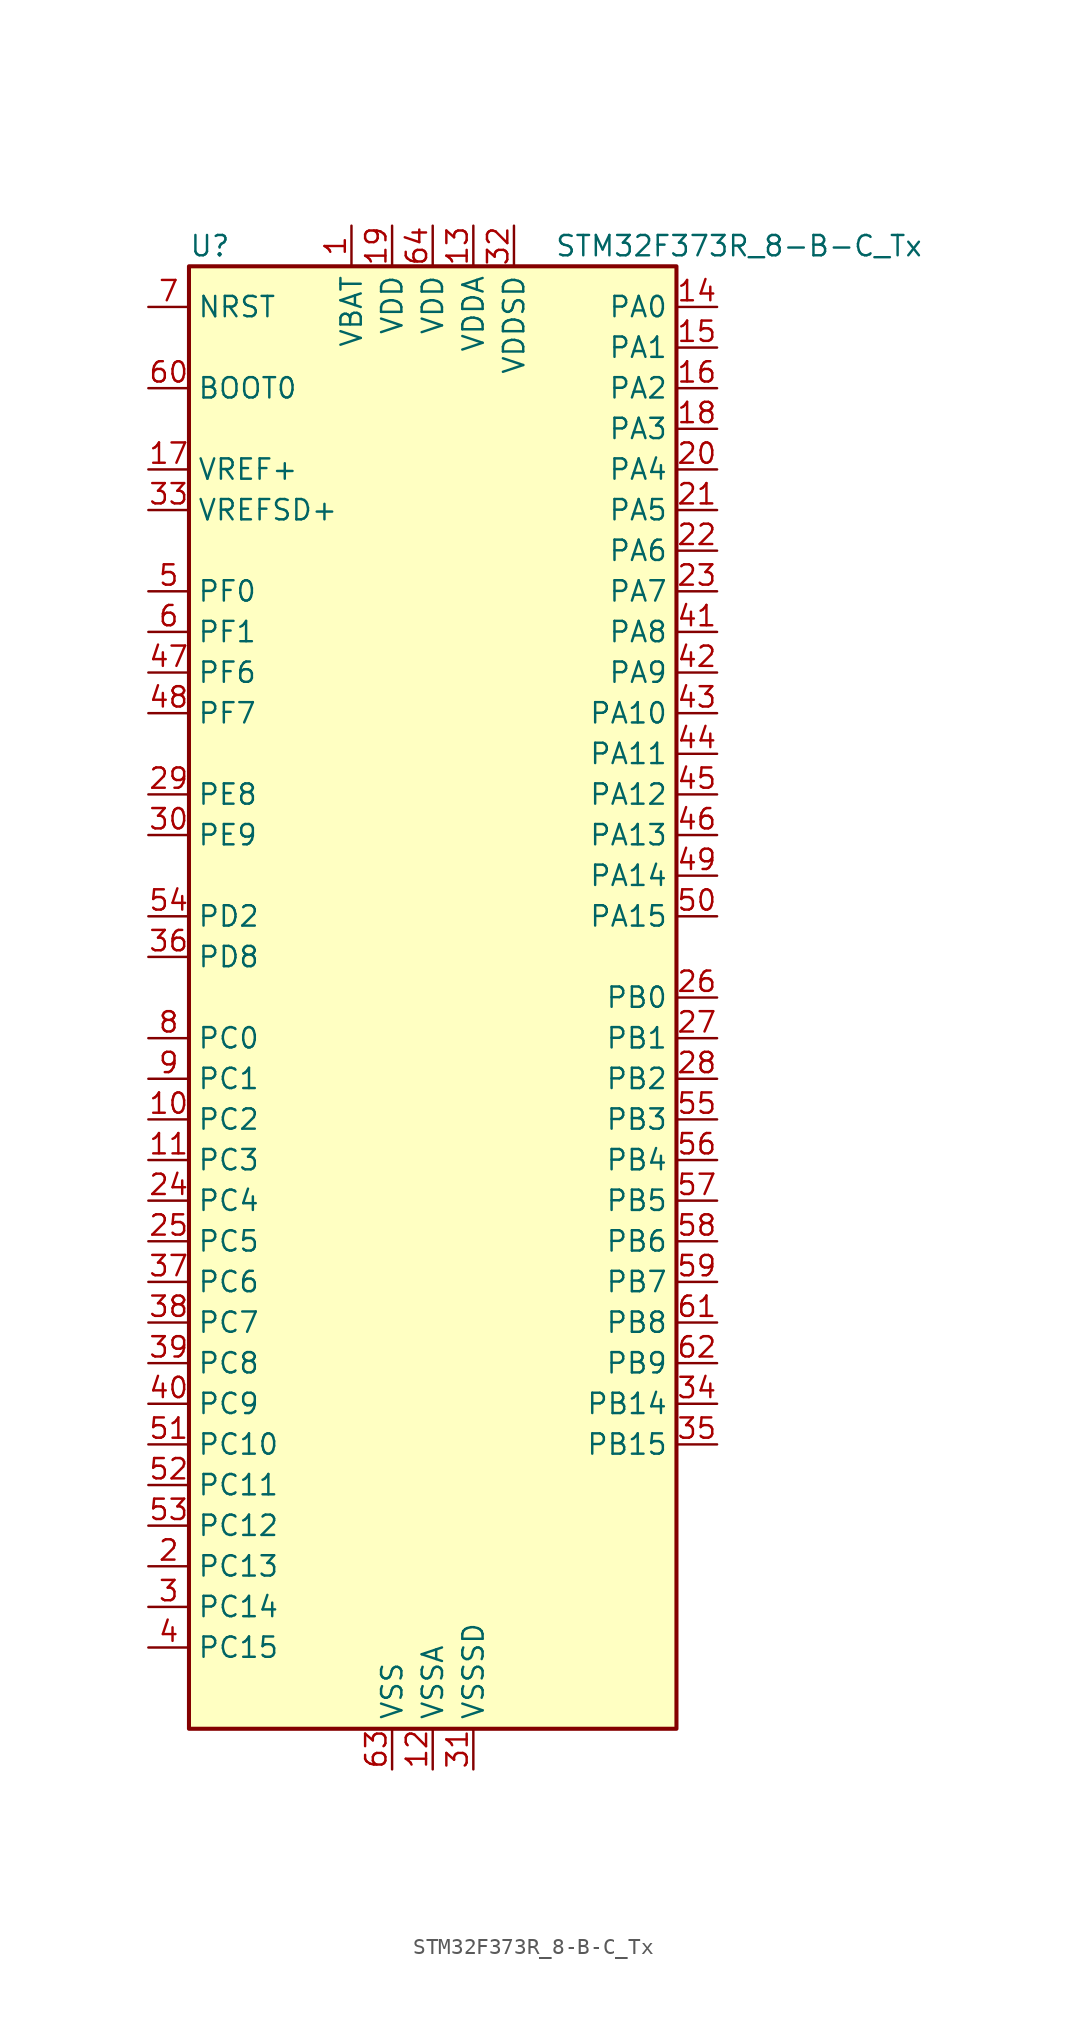
<source format=kicad_sym>
(kicad_symbol_lib
  (version 20231120)
  (generator "kicad_symbol_editor")
  (generator_version "8.0")
  (symbol "STM32F373R_8-B-C_Tx"
    (property "Reference" "U"
      (at -15.24 46.99 0)
      (effects (font (size 1.27 1.27)) (justify left)))
    (property "Value" "STM32F373R_8-B-C_Tx"
      (at 7.62 46.99 0)
      (effects (font (size 1.27 1.27)) (justify left)))
    (property "ki_locked" ""
      (at 0 0 0)
      (effects (font (size 1.27 1.27))))
    (symbol "STM32F373R_8-B-C_Tx_0_1"
      (rectangle (start -15.24 -45.72) (end 15.24 45.72) (stroke (width 0.254) (type default)) (fill (type background))))
    (symbol "STM32F373R_8-B-C_Tx_1_1"
      (pin power_in line (at -5.08 48.26 270) (length 2.54) (name "VBAT" (effects (font (size 1.27 1.27)))) (number "1" (effects (font (size 1.27 1.27)))))
      (pin bidirectional line (at -17.78 -7.62 0) (length 2.54) (name "PC2" (effects (font (size 1.27 1.27)))) (number "10" (effects (font (size 1.27 1.27)))) (alternate "ADC1_IN12" bidirectional line) (alternate "I2S2_MCK" bidirectional line) (alternate "SPI2_MISO" bidirectional line) (alternate "TIM5_CH3" bidirectional line))
      (pin bidirectional line (at -17.78 -10.16 0) (length 2.54) (name "PC3" (effects (font (size 1.27 1.27)))) (number "11" (effects (font (size 1.27 1.27)))) (alternate "ADC1_IN13" bidirectional line) (alternate "I2S2_SD" bidirectional line) (alternate "SPI2_MOSI" bidirectional line) (alternate "TIM5_CH4" bidirectional line))
      (pin power_in line (at 0 -48.26 90) (length 2.54) (name "VSSA" (effects (font (size 1.27 1.27)))) (number "12" (effects (font (size 1.27 1.27)))))
      (pin power_in line (at 2.54 48.26 270) (length 2.54) (name "VDDA" (effects (font (size 1.27 1.27)))) (number "13" (effects (font (size 1.27 1.27)))))
      (pin bidirectional line (at 17.78 43.18 180) (length 2.54) (name "PA0" (effects (font (size 1.27 1.27)))) (number "14" (effects (font (size 1.27 1.27)))) (alternate "ADC1_IN0" bidirectional line) (alternate "COMP1_INM" bidirectional line) (alternate "COMP1_OUT" bidirectional line) (alternate "RTC_TAMP2" bidirectional line) (alternate "SYS_WKUP1" bidirectional line) (alternate "TIM19_CH1" bidirectional line) (alternate "TIM2_CH1" bidirectional line) (alternate "TIM2_ETR" bidirectional line) (alternate "TIM5_CH1" bidirectional line) (alternate "TIM5_ETR" bidirectional line) (alternate "TSC_G1_IO1" bidirectional line) (alternate "USART2_CTS" bidirectional line))
      (pin bidirectional line (at 17.78 40.64 180) (length 2.54) (name "PA1" (effects (font (size 1.27 1.27)))) (number "15" (effects (font (size 1.27 1.27)))) (alternate "ADC1_IN1" bidirectional line) (alternate "COMP1_INP" bidirectional line) (alternate "I2S3_CK" bidirectional line) (alternate "RTC_REFIN" bidirectional line) (alternate "SPI3_SCK" bidirectional line) (alternate "TIM15_CH1N" bidirectional line) (alternate "TIM19_CH2" bidirectional line) (alternate "TIM2_CH2" bidirectional line) (alternate "TIM5_CH2" bidirectional line) (alternate "TSC_G1_IO2" bidirectional line) (alternate "USART2_DE" bidirectional line) (alternate "USART2_RTS" bidirectional line))
      (pin bidirectional line (at 17.78 38.1 180) (length 2.54) (name "PA2" (effects (font (size 1.27 1.27)))) (number "16" (effects (font (size 1.27 1.27)))) (alternate "ADC1_IN2" bidirectional line) (alternate "COMP2_INM" bidirectional line) (alternate "COMP2_OUT" bidirectional line) (alternate "I2S3_MCK" bidirectional line) (alternate "SPI3_MISO" bidirectional line) (alternate "TIM15_CH1" bidirectional line) (alternate "TIM19_CH3" bidirectional line) (alternate "TIM2_CH3" bidirectional line) (alternate "TIM5_CH3" bidirectional line) (alternate "TSC_G1_IO3" bidirectional line) (alternate "USART2_TX" bidirectional line))
      (pin input line (at -17.78 33.02 0) (length 2.54) (name "VREF+" (effects (font (size 1.27 1.27)))) (number "17" (effects (font (size 1.27 1.27)))))
      (pin bidirectional line (at 17.78 35.56 180) (length 2.54) (name "PA3" (effects (font (size 1.27 1.27)))) (number "18" (effects (font (size 1.27 1.27)))) (alternate "ADC1_IN3" bidirectional line) (alternate "COMP2_INP" bidirectional line) (alternate "I2S3_SD" bidirectional line) (alternate "SPI3_MOSI" bidirectional line) (alternate "TIM15_CH2" bidirectional line) (alternate "TIM19_CH4" bidirectional line) (alternate "TIM2_CH4" bidirectional line) (alternate "TIM5_CH4" bidirectional line) (alternate "TSC_G1_IO4" bidirectional line) (alternate "USART2_RX" bidirectional line))
      (pin power_in line (at -2.54 48.26 270) (length 2.54) (name "VDD" (effects (font (size 1.27 1.27)))) (number "19" (effects (font (size 1.27 1.27)))))
      (pin bidirectional line (at -17.78 -35.56 0) (length 2.54) (name "PC13" (effects (font (size 1.27 1.27)))) (number "2" (effects (font (size 1.27 1.27)))) (alternate "RTC_OUT_ALARM" bidirectional line) (alternate "RTC_OUT_CALIB" bidirectional line) (alternate "RTC_TAMP1" bidirectional line) (alternate "RTC_TS" bidirectional line) (alternate "SYS_WKUP2" bidirectional line))
      (pin bidirectional line (at 17.78 33.02 180) (length 2.54) (name "PA4" (effects (font (size 1.27 1.27)))) (number "20" (effects (font (size 1.27 1.27)))) (alternate "ADC1_IN4" bidirectional line) (alternate "DAC1_OUT1" bidirectional line) (alternate "I2S1_WS" bidirectional line) (alternate "I2S3_WS" bidirectional line) (alternate "SPI1_NSS" bidirectional line) (alternate "SPI3_NSS" bidirectional line) (alternate "TIM12_CH1" bidirectional line) (alternate "TIM3_CH2" bidirectional line) (alternate "TSC_G2_IO1" bidirectional line) (alternate "USART2_CK" bidirectional line))
      (pin bidirectional line (at 17.78 30.48 180) (length 2.54) (name "PA5" (effects (font (size 1.27 1.27)))) (number "21" (effects (font (size 1.27 1.27)))) (alternate "ADC1_IN5" bidirectional line) (alternate "CEC" bidirectional line) (alternate "DAC1_OUT2" bidirectional line) (alternate "I2S1_CK" bidirectional line) (alternate "SPI1_SCK" bidirectional line) (alternate "TIM12_CH2" bidirectional line) (alternate "TIM14_CH1" bidirectional line) (alternate "TIM2_CH1" bidirectional line) (alternate "TIM2_ETR" bidirectional line) (alternate "TSC_G2_IO2" bidirectional line))
      (pin bidirectional line (at 17.78 27.94 180) (length 2.54) (name "PA6" (effects (font (size 1.27 1.27)))) (number "22" (effects (font (size 1.27 1.27)))) (alternate "ADC1_IN6" bidirectional line) (alternate "COMP1_OUT" bidirectional line) (alternate "DAC2_OUT1" bidirectional line) (alternate "I2S1_MCK" bidirectional line) (alternate "SPI1_MISO" bidirectional line) (alternate "TIM13_CH1" bidirectional line) (alternate "TIM16_CH1" bidirectional line) (alternate "TIM3_CH1" bidirectional line) (alternate "TSC_G2_IO3" bidirectional line))
      (pin bidirectional line (at 17.78 25.4 180) (length 2.54) (name "PA7" (effects (font (size 1.27 1.27)))) (number "23" (effects (font (size 1.27 1.27)))) (alternate "ADC1_IN7" bidirectional line) (alternate "COMP2_OUT" bidirectional line) (alternate "I2S1_SD" bidirectional line) (alternate "SPI1_MOSI" bidirectional line) (alternate "TIM14_CH1" bidirectional line) (alternate "TIM17_CH1" bidirectional line) (alternate "TIM3_CH2" bidirectional line) (alternate "TSC_G2_IO4" bidirectional line))
      (pin bidirectional line (at -17.78 -12.7 0) (length 2.54) (name "PC4" (effects (font (size 1.27 1.27)))) (number "24" (effects (font (size 1.27 1.27)))) (alternate "ADC1_IN14" bidirectional line) (alternate "TIM13_CH1" bidirectional line) (alternate "TSC_G3_IO1" bidirectional line) (alternate "USART1_TX" bidirectional line))
      (pin bidirectional line (at -17.78 -15.24 0) (length 2.54) (name "PC5" (effects (font (size 1.27 1.27)))) (number "25" (effects (font (size 1.27 1.27)))) (alternate "ADC1_IN15" bidirectional line) (alternate "TSC_G3_IO2" bidirectional line) (alternate "USART1_RX" bidirectional line))
      (pin bidirectional line (at 17.78 0 180) (length 2.54) (name "PB0" (effects (font (size 1.27 1.27)))) (number "26" (effects (font (size 1.27 1.27)))) (alternate "ADC1_IN8" bidirectional line) (alternate "I2S1_SD" bidirectional line) (alternate "SDADC1_AIN6P" bidirectional line) (alternate "SPI1_MOSI" bidirectional line) (alternate "TIM3_CH2" bidirectional line) (alternate "TIM3_CH3" bidirectional line) (alternate "TSC_G3_IO3" bidirectional line))
      (pin bidirectional line (at 17.78 -2.54 180) (length 2.54) (name "PB1" (effects (font (size 1.27 1.27)))) (number "27" (effects (font (size 1.27 1.27)))) (alternate "ADC1_IN9" bidirectional line) (alternate "SDADC1_AIN5P" bidirectional line) (alternate "SDADC1_AIN6M" bidirectional line) (alternate "TIM3_CH4" bidirectional line) (alternate "TSC_G3_IO4" bidirectional line))
      (pin bidirectional line (at 17.78 -5.08 180) (length 2.54) (name "PB2" (effects (font (size 1.27 1.27)))) (number "28" (effects (font (size 1.27 1.27)))) (alternate "SDADC1_AIN4P" bidirectional line) (alternate "SDADC2_AIN6P" bidirectional line))
      (pin bidirectional line (at -17.78 12.7 0) (length 2.54) (name "PE8" (effects (font (size 1.27 1.27)))) (number "29" (effects (font (size 1.27 1.27)))) (alternate "SDADC1_AIN8P" bidirectional line) (alternate "SDADC2_AIN8P" bidirectional line))
      (pin bidirectional line (at -17.78 -38.1 0) (length 2.54) (name "PC14" (effects (font (size 1.27 1.27)))) (number "3" (effects (font (size 1.27 1.27)))) (alternate "RCC_OSC32_IN" bidirectional line))
      (pin bidirectional line (at -17.78 10.16 0) (length 2.54) (name "PE9" (effects (font (size 1.27 1.27)))) (number "30" (effects (font (size 1.27 1.27)))) (alternate "DAC1_EXTI9" bidirectional line) (alternate "DAC2_EXTI9" bidirectional line) (alternate "SDADC1_AIN7P" bidirectional line) (alternate "SDADC1_AIN8M" bidirectional line) (alternate "SDADC2_AIN7P" bidirectional line) (alternate "SDADC2_AIN8M" bidirectional line))
      (pin power_in line (at 2.54 -48.26 90) (length 2.54) (name "VSSSD" (effects (font (size 1.27 1.27)))) (number "31" (effects (font (size 1.27 1.27)))))
      (pin power_in line (at 5.08 48.26 270) (length 2.54) (name "VDDSD" (effects (font (size 1.27 1.27)))) (number "32" (effects (font (size 1.27 1.27)))))
      (pin input line (at -17.78 30.48 0) (length 2.54) (name "VREFSD+" (effects (font (size 1.27 1.27)))) (number "33" (effects (font (size 1.27 1.27)))))
      (pin bidirectional line (at 17.78 -25.4 180) (length 2.54) (name "PB14" (effects (font (size 1.27 1.27)))) (number "34" (effects (font (size 1.27 1.27)))) (alternate "I2S2_MCK" bidirectional line) (alternate "SDADC3_AIN8P" bidirectional line) (alternate "SPI2_MISO" bidirectional line) (alternate "TIM12_CH1" bidirectional line) (alternate "TIM15_CH1" bidirectional line) (alternate "TSC_G6_IO1" bidirectional line) (alternate "USART3_DE" bidirectional line) (alternate "USART3_RTS" bidirectional line))
      (pin bidirectional line (at 17.78 -27.94 180) (length 2.54) (name "PB15" (effects (font (size 1.27 1.27)))) (number "35" (effects (font (size 1.27 1.27)))) (alternate "ADC1_EXTI15" bidirectional line) (alternate "I2S2_SD" bidirectional line) (alternate "RTC_REFIN" bidirectional line) (alternate "SDADC1_EXTI15" bidirectional line) (alternate "SDADC2_EXTI15" bidirectional line) (alternate "SDADC3_AIN7P" bidirectional line) (alternate "SDADC3_AIN8M" bidirectional line) (alternate "SDADC3_EXTI15" bidirectional line) (alternate "SPI2_MOSI" bidirectional line) (alternate "TIM12_CH2" bidirectional line) (alternate "TIM15_CH1N" bidirectional line) (alternate "TIM15_CH2" bidirectional line) (alternate "TSC_G6_IO2" bidirectional line))
      (pin bidirectional line (at -17.78 2.54 0) (length 2.54) (name "PD8" (effects (font (size 1.27 1.27)))) (number "36" (effects (font (size 1.27 1.27)))) (alternate "I2S2_CK" bidirectional line) (alternate "SDADC3_AIN6P" bidirectional line) (alternate "SPI2_SCK" bidirectional line) (alternate "TSC_G6_IO3" bidirectional line) (alternate "USART3_TX" bidirectional line))
      (pin bidirectional line (at -17.78 -17.78 0) (length 2.54) (name "PC6" (effects (font (size 1.27 1.27)))) (number "37" (effects (font (size 1.27 1.27)))) (alternate "I2S1_WS" bidirectional line) (alternate "SPI1_NSS" bidirectional line) (alternate "TIM3_CH1" bidirectional line))
      (pin bidirectional line (at -17.78 -20.32 0) (length 2.54) (name "PC7" (effects (font (size 1.27 1.27)))) (number "38" (effects (font (size 1.27 1.27)))) (alternate "I2S1_CK" bidirectional line) (alternate "SPI1_SCK" bidirectional line) (alternate "TIM3_CH2" bidirectional line))
      (pin bidirectional line (at -17.78 -22.86 0) (length 2.54) (name "PC8" (effects (font (size 1.27 1.27)))) (number "39" (effects (font (size 1.27 1.27)))) (alternate "I2S1_MCK" bidirectional line) (alternate "SPI1_MISO" bidirectional line) (alternate "TIM3_CH3" bidirectional line))
      (pin bidirectional line (at -17.78 -40.64 0) (length 2.54) (name "PC15" (effects (font (size 1.27 1.27)))) (number "4" (effects (font (size 1.27 1.27)))) (alternate "ADC1_EXTI15" bidirectional line) (alternate "RCC_OSC32_OUT" bidirectional line) (alternate "SDADC1_EXTI15" bidirectional line) (alternate "SDADC2_EXTI15" bidirectional line) (alternate "SDADC3_EXTI15" bidirectional line))
      (pin bidirectional line (at -17.78 -25.4 0) (length 2.54) (name "PC9" (effects (font (size 1.27 1.27)))) (number "40" (effects (font (size 1.27 1.27)))) (alternate "DAC1_EXTI9" bidirectional line) (alternate "DAC2_EXTI9" bidirectional line) (alternate "I2S1_SD" bidirectional line) (alternate "SPI1_MOSI" bidirectional line) (alternate "TIM3_CH4" bidirectional line))
      (pin bidirectional line (at 17.78 22.86 180) (length 2.54) (name "PA8" (effects (font (size 1.27 1.27)))) (number "41" (effects (font (size 1.27 1.27)))) (alternate "I2C2_SMBA" bidirectional line) (alternate "I2S2_CK" bidirectional line) (alternate "RCC_MCO" bidirectional line) (alternate "SPI2_SCK" bidirectional line) (alternate "TIM4_ETR" bidirectional line) (alternate "TIM5_CH1" bidirectional line) (alternate "TIM5_ETR" bidirectional line) (alternate "USART1_CK" bidirectional line))
      (pin bidirectional line (at 17.78 20.32 180) (length 2.54) (name "PA9" (effects (font (size 1.27 1.27)))) (number "42" (effects (font (size 1.27 1.27)))) (alternate "DAC1_EXTI9" bidirectional line) (alternate "DAC2_EXTI9" bidirectional line) (alternate "I2C2_SCL" bidirectional line) (alternate "I2S2_MCK" bidirectional line) (alternate "SPI2_MISO" bidirectional line) (alternate "TIM13_CH1" bidirectional line) (alternate "TIM15_BKIN" bidirectional line) (alternate "TIM2_CH3" bidirectional line) (alternate "TSC_G4_IO1" bidirectional line) (alternate "USART1_TX" bidirectional line))
      (pin bidirectional line (at 17.78 17.78 180) (length 2.54) (name "PA10" (effects (font (size 1.27 1.27)))) (number "43" (effects (font (size 1.27 1.27)))) (alternate "I2C2_SDA" bidirectional line) (alternate "I2S2_SD" bidirectional line) (alternate "SPI2_MOSI" bidirectional line) (alternate "TIM14_CH1" bidirectional line) (alternate "TIM17_BKIN" bidirectional line) (alternate "TIM2_CH4" bidirectional line) (alternate "TSC_G4_IO2" bidirectional line) (alternate "USART1_RX" bidirectional line))
      (pin bidirectional line (at 17.78 15.24 180) (length 2.54) (name "PA11" (effects (font (size 1.27 1.27)))) (number "44" (effects (font (size 1.27 1.27)))) (alternate "ADC1_EXTI11" bidirectional line) (alternate "CAN_RX" bidirectional line) (alternate "COMP1_OUT" bidirectional line) (alternate "I2S1_WS" bidirectional line) (alternate "I2S2_WS" bidirectional line) (alternate "SDADC1_EXTI11" bidirectional line) (alternate "SDADC2_EXTI11" bidirectional line) (alternate "SDADC3_EXTI11" bidirectional line) (alternate "SPI1_NSS" bidirectional line) (alternate "SPI2_NSS" bidirectional line) (alternate "TIM4_CH1" bidirectional line) (alternate "TIM5_CH2" bidirectional line) (alternate "USART1_CTS" bidirectional line) (alternate "USB_DM" bidirectional line))
      (pin bidirectional line (at 17.78 12.7 180) (length 2.54) (name "PA12" (effects (font (size 1.27 1.27)))) (number "45" (effects (font (size 1.27 1.27)))) (alternate "CAN_TX" bidirectional line) (alternate "COMP2_OUT" bidirectional line) (alternate "I2S1_CK" bidirectional line) (alternate "SPI1_SCK" bidirectional line) (alternate "TIM16_CH1" bidirectional line) (alternate "TIM4_CH2" bidirectional line) (alternate "TIM5_CH3" bidirectional line) (alternate "USART1_DE" bidirectional line) (alternate "USART1_RTS" bidirectional line) (alternate "USB_DP" bidirectional line))
      (pin bidirectional line (at 17.78 10.16 180) (length 2.54) (name "PA13" (effects (font (size 1.27 1.27)))) (number "46" (effects (font (size 1.27 1.27)))) (alternate "I2S1_MCK" bidirectional line) (alternate "IR_OUT" bidirectional line) (alternate "SPI1_MISO" bidirectional line) (alternate "SYS_JTMS-SWDIO" bidirectional line) (alternate "TIM16_CH1N" bidirectional line) (alternate "TIM4_CH3" bidirectional line) (alternate "TIM5_CH4" bidirectional line) (alternate "TSC_G4_IO3" bidirectional line) (alternate "USART3_CTS" bidirectional line))
      (pin bidirectional line (at -17.78 20.32 0) (length 2.54) (name "PF6" (effects (font (size 1.27 1.27)))) (number "47" (effects (font (size 1.27 1.27)))) (alternate "I2C2_SCL" bidirectional line) (alternate "I2S1_SD" bidirectional line) (alternate "SPI1_MOSI" bidirectional line) (alternate "TIM4_CH4" bidirectional line) (alternate "USART3_DE" bidirectional line) (alternate "USART3_RTS" bidirectional line))
      (pin bidirectional line (at -17.78 17.78 0) (length 2.54) (name "PF7" (effects (font (size 1.27 1.27)))) (number "48" (effects (font (size 1.27 1.27)))) (alternate "I2C2_SDA" bidirectional line) (alternate "USART2_CK" bidirectional line))
      (pin bidirectional line (at 17.78 7.62 180) (length 2.54) (name "PA14" (effects (font (size 1.27 1.27)))) (number "49" (effects (font (size 1.27 1.27)))) (alternate "I2C1_SDA" bidirectional line) (alternate "SYS_JTCK-SWCLK" bidirectional line) (alternate "TIM12_CH1" bidirectional line) (alternate "TSC_G4_IO4" bidirectional line))
      (pin bidirectional line (at -17.78 25.4 0) (length 2.54) (name "PF0" (effects (font (size 1.27 1.27)))) (number "5" (effects (font (size 1.27 1.27)))) (alternate "I2C2_SDA" bidirectional line) (alternate "RCC_OSC_IN" bidirectional line))
      (pin bidirectional line (at 17.78 5.08 180) (length 2.54) (name "PA15" (effects (font (size 1.27 1.27)))) (number "50" (effects (font (size 1.27 1.27)))) (alternate "ADC1_EXTI15" bidirectional line) (alternate "I2C1_SCL" bidirectional line) (alternate "I2S1_WS" bidirectional line) (alternate "I2S3_WS" bidirectional line) (alternate "SDADC1_EXTI15" bidirectional line) (alternate "SDADC2_EXTI15" bidirectional line) (alternate "SDADC3_EXTI15" bidirectional line) (alternate "SPI1_NSS" bidirectional line) (alternate "SPI3_NSS" bidirectional line) (alternate "SYS_JTDI" bidirectional line) (alternate "TIM12_CH2" bidirectional line) (alternate "TIM2_CH1" bidirectional line) (alternate "TIM2_ETR" bidirectional line) (alternate "TSC_SYNC" bidirectional line))
      (pin bidirectional line (at -17.78 -27.94 0) (length 2.54) (name "PC10" (effects (font (size 1.27 1.27)))) (number "51" (effects (font (size 1.27 1.27)))) (alternate "I2S3_CK" bidirectional line) (alternate "SPI3_SCK" bidirectional line) (alternate "TIM19_CH1" bidirectional line) (alternate "USART3_TX" bidirectional line))
      (pin bidirectional line (at -17.78 -30.48 0) (length 2.54) (name "PC11" (effects (font (size 1.27 1.27)))) (number "52" (effects (font (size 1.27 1.27)))) (alternate "ADC1_EXTI11" bidirectional line) (alternate "I2S3_MCK" bidirectional line) (alternate "SDADC1_EXTI11" bidirectional line) (alternate "SDADC2_EXTI11" bidirectional line) (alternate "SDADC3_EXTI11" bidirectional line) (alternate "SPI3_MISO" bidirectional line) (alternate "TIM19_CH2" bidirectional line) (alternate "USART3_RX" bidirectional line))
      (pin bidirectional line (at -17.78 -33.02 0) (length 2.54) (name "PC12" (effects (font (size 1.27 1.27)))) (number "53" (effects (font (size 1.27 1.27)))) (alternate "I2S3_SD" bidirectional line) (alternate "SPI3_MOSI" bidirectional line) (alternate "TIM19_CH3" bidirectional line) (alternate "USART3_CK" bidirectional line))
      (pin bidirectional line (at -17.78 5.08 0) (length 2.54) (name "PD2" (effects (font (size 1.27 1.27)))) (number "54" (effects (font (size 1.27 1.27)))) (alternate "TIM3_ETR" bidirectional line))
      (pin bidirectional line (at 17.78 -7.62 180) (length 2.54) (name "PB3" (effects (font (size 1.27 1.27)))) (number "55" (effects (font (size 1.27 1.27)))) (alternate "I2S1_CK" bidirectional line) (alternate "I2S3_CK" bidirectional line) (alternate "SPI1_SCK" bidirectional line) (alternate "SPI3_SCK" bidirectional line) (alternate "SYS_JTDO-TRACESWO" bidirectional line) (alternate "TIM13_CH1" bidirectional line) (alternate "TIM2_CH2" bidirectional line) (alternate "TIM3_ETR" bidirectional line) (alternate "TIM4_ETR" bidirectional line) (alternate "TSC_G5_IO1" bidirectional line) (alternate "USART2_TX" bidirectional line))
      (pin bidirectional line (at 17.78 -10.16 180) (length 2.54) (name "PB4" (effects (font (size 1.27 1.27)))) (number "56" (effects (font (size 1.27 1.27)))) (alternate "I2S1_MCK" bidirectional line) (alternate "I2S3_MCK" bidirectional line) (alternate "SPI1_MISO" bidirectional line) (alternate "SPI3_MISO" bidirectional line) (alternate "SYS_NJTRST" bidirectional line) (alternate "TIM15_CH1N" bidirectional line) (alternate "TIM16_CH1" bidirectional line) (alternate "TIM17_BKIN" bidirectional line) (alternate "TIM3_CH1" bidirectional line) (alternate "TSC_G5_IO2" bidirectional line) (alternate "USART2_RX" bidirectional line))
      (pin bidirectional line (at 17.78 -12.7 180) (length 2.54) (name "PB5" (effects (font (size 1.27 1.27)))) (number "57" (effects (font (size 1.27 1.27)))) (alternate "I2C1_SMBA" bidirectional line) (alternate "I2S1_SD" bidirectional line) (alternate "I2S3_SD" bidirectional line) (alternate "SPI1_MOSI" bidirectional line) (alternate "SPI3_MOSI" bidirectional line) (alternate "TIM16_BKIN" bidirectional line) (alternate "TIM17_CH1" bidirectional line) (alternate "TIM19_ETR" bidirectional line) (alternate "TIM3_CH2" bidirectional line) (alternate "USART2_CK" bidirectional line))
      (pin bidirectional line (at 17.78 -15.24 180) (length 2.54) (name "PB6" (effects (font (size 1.27 1.27)))) (number "58" (effects (font (size 1.27 1.27)))) (alternate "I2C1_SCL" bidirectional line) (alternate "TIM15_CH1" bidirectional line) (alternate "TIM16_CH1N" bidirectional line) (alternate "TIM19_CH1" bidirectional line) (alternate "TIM3_CH3" bidirectional line) (alternate "TIM4_CH1" bidirectional line) (alternate "TSC_G5_IO3" bidirectional line) (alternate "USART1_TX" bidirectional line))
      (pin bidirectional line (at 17.78 -17.78 180) (length 2.54) (name "PB7" (effects (font (size 1.27 1.27)))) (number "59" (effects (font (size 1.27 1.27)))) (alternate "I2C1_SDA" bidirectional line) (alternate "TIM15_CH2" bidirectional line) (alternate "TIM17_CH1N" bidirectional line) (alternate "TIM19_CH2" bidirectional line) (alternate "TIM3_CH4" bidirectional line) (alternate "TIM4_CH2" bidirectional line) (alternate "TSC_G5_IO4" bidirectional line) (alternate "USART1_RX" bidirectional line))
      (pin bidirectional line (at -17.78 22.86 0) (length 2.54) (name "PF1" (effects (font (size 1.27 1.27)))) (number "6" (effects (font (size 1.27 1.27)))) (alternate "I2C2_SCL" bidirectional line) (alternate "RCC_OSC_OUT" bidirectional line))
      (pin input line (at -17.78 38.1 0) (length 2.54) (name "BOOT0" (effects (font (size 1.27 1.27)))) (number "60" (effects (font (size 1.27 1.27)))))
      (pin bidirectional line (at 17.78 -20.32 180) (length 2.54) (name "PB8" (effects (font (size 1.27 1.27)))) (number "61" (effects (font (size 1.27 1.27)))) (alternate "CAN_RX" bidirectional line) (alternate "CEC" bidirectional line) (alternate "COMP1_OUT" bidirectional line) (alternate "I2C1_SCL" bidirectional line) (alternate "I2S2_CK" bidirectional line) (alternate "SPI2_SCK" bidirectional line) (alternate "TIM16_CH1" bidirectional line) (alternate "TIM19_CH3" bidirectional line) (alternate "TIM4_CH3" bidirectional line) (alternate "TSC_SYNC" bidirectional line) (alternate "USART3_TX" bidirectional line))
      (pin bidirectional line (at 17.78 -22.86 180) (length 2.54) (name "PB9" (effects (font (size 1.27 1.27)))) (number "62" (effects (font (size 1.27 1.27)))) (alternate "CAN_TX" bidirectional line) (alternate "COMP2_OUT" bidirectional line) (alternate "DAC1_EXTI9" bidirectional line) (alternate "DAC2_EXTI9" bidirectional line) (alternate "I2C1_SDA" bidirectional line) (alternate "I2S2_WS" bidirectional line) (alternate "IR_OUT" bidirectional line) (alternate "SPI2_NSS" bidirectional line) (alternate "TIM17_CH1" bidirectional line) (alternate "TIM19_CH4" bidirectional line) (alternate "TIM4_CH4" bidirectional line) (alternate "USART3_RX" bidirectional line))
      (pin power_in line (at -2.54 -48.26 90) (length 2.54) (name "VSS" (effects (font (size 1.27 1.27)))) (number "63" (effects (font (size 1.27 1.27)))))
      (pin power_in line (at 0 48.26 270) (length 2.54) (name "VDD" (effects (font (size 1.27 1.27)))) (number "64" (effects (font (size 1.27 1.27)))))
      (pin input line (at -17.78 43.18 0) (length 2.54) (name "NRST" (effects (font (size 1.27 1.27)))) (number "7" (effects (font (size 1.27 1.27)))))
      (pin bidirectional line (at -17.78 -2.54 0) (length 2.54) (name "PC0" (effects (font (size 1.27 1.27)))) (number "8" (effects (font (size 1.27 1.27)))) (alternate "ADC1_IN10" bidirectional line) (alternate "TIM5_CH1" bidirectional line) (alternate "TIM5_ETR" bidirectional line))
      (pin bidirectional line (at -17.78 -5.08 0) (length 2.54) (name "PC1" (effects (font (size 1.27 1.27)))) (number "9" (effects (font (size 1.27 1.27)))) (alternate "ADC1_IN11" bidirectional line) (alternate "TIM5_CH2" bidirectional line)))))
</source>
